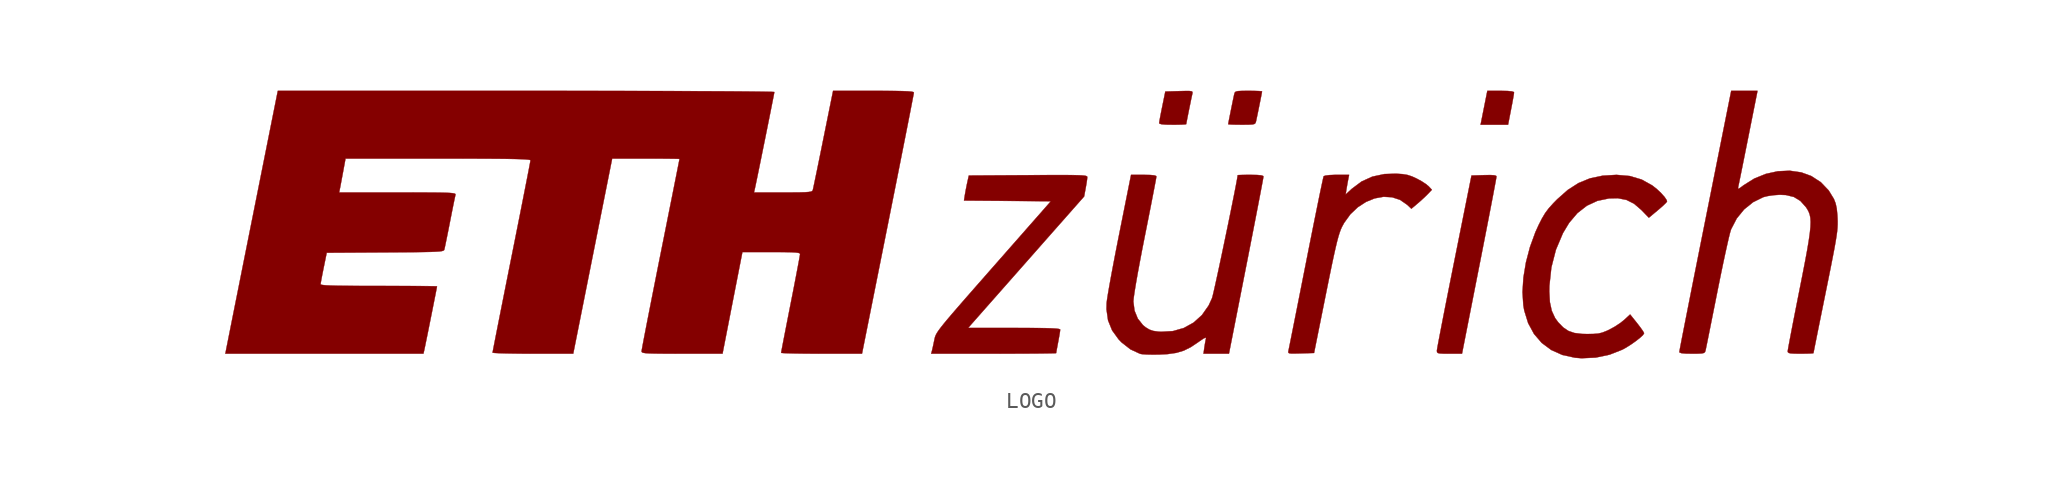
<source format=kicad_sym>
(kicad_symbol_lib
  (version 20220914)
  (generator "bitmap2component")
  (generator_version "9.0")
  (symbol "LOGO"
    (pin_names
      (offset 1.016))
    (property "Reference" "#G"
      (at 0 7.832 0)
      (effects (font (size 1.27 1.27)) hide))
    (symbol "LOGO_0_0"
      (polyline (pts (xy 35.246 -8.203) (xy 36.112 -8.021) (xy 36.912 -7.706) (xy 37.154 -7.572) (xy 37.465 -7.375) (xy 37.766 -7.162) (xy 38.023 -6.958) (xy 38.202 -6.79) (xy 38.269 -6.684) (xy 38.264 -6.665) (xy 38.187 -6.531) (xy 38.034 -6.314) (xy 37.832 -6.052) (xy 37.395 -5.507) (xy 37.022 -5.851) (xy 36.783 -6.042) (xy 36.434 -6.272) (xy 36.083 -6.463) (xy 35.9 -6.547) (xy 35.646 -6.645) (xy 35.404 -6.701) (xy 35.113 -6.725) (xy 34.713 -6.731) (xy 34.377 -6.723) (xy 33.91 -6.665) (xy 33.538 -6.537) (xy 33.216 -6.32) (xy 32.9 -5.997) (xy 32.706 -5.731) (xy 32.498 -5.281) (xy 32.38 -4.737) (xy 32.343 -4.07) (xy 32.349 -3.725) (xy 32.474 -2.565) (xy 32.757 -1.464) (xy 33.198 -0.423) (xy 33.583 0.216) (xy 34.101 0.827) (xy 34.691 1.287) (xy 35.35 1.593) (xy 36.075 1.744) (xy 36.627 1.757) (xy 37.164 1.653) (xy 37.641 1.413) (xy 38.095 1.024) (xy 38.566 0.538) (xy 39.132 1.01) (xy 39.239 1.101) (xy 39.475 1.309) (xy 39.639 1.469) (xy 39.703 1.551) (xy 39.677 1.642) (xy 39.547 1.836) (xy 39.335 2.074) (xy 39.072 2.322) (xy 38.789 2.547) (xy 38.779 2.555) (xy 38.115 2.924) (xy 37.371 3.144) (xy 36.546 3.216) (xy 35.682 3.165) (xy 34.89 2.999) (xy 34.172 2.706) (xy 33.498 2.274) (xy 32.837 1.689) (xy 32.587 1.434) (xy 32.306 1.121) (xy 32.086 0.826) (xy 31.889 0.496) (xy 31.675 0.075) (xy 31.475 -0.366) (xy 31.137 -1.293) (xy 30.885 -2.252) (xy 30.727 -3.203) (xy 30.67 -4.109) (xy 30.721 -4.929) (xy 30.78 -5.266) (xy 31.022 -6.048) (xy 31.389 -6.725) (xy 31.873 -7.287) (xy 32.467 -7.728) (xy 33.163 -8.039) (xy 33.951 -8.211) (xy 34.361 -8.244) (xy 35.246 -8.203)) (stroke (width 0.01) (type default)) (fill (type outline)))
      (polyline (pts (xy 7.959 -8.013) (xy 8.496 -7.985) (xy 9.036 -7.907) (xy 9.504 -7.766) (xy 9.948 -7.545) (xy 10.419 -7.228) (xy 10.495 -7.173) (xy 10.74 -7.009) (xy 10.87 -6.952) (xy 10.892 -7.001) (xy 10.877 -7.06) (xy 10.834 -7.282) (xy 10.79 -7.556) (xy 10.733 -7.959) (xy 11.529 -7.959) (xy 12.324 -7.959) (xy 13.403 -2.476) (xy 13.482 -2.077) (xy 13.663 -1.154) (xy 13.833 -0.285) (xy 13.989 0.516) (xy 14.128 1.235) (xy 14.248 1.858) (xy 14.346 2.372) (xy 14.419 2.761) (xy 14.465 3.012) (xy 14.481 3.112) (xy 14.46 3.147) (xy 14.335 3.188) (xy 14.079 3.21) (xy 13.674 3.217) (xy 13.466 3.217) (xy 13.159 3.212) (xy 12.947 3.205) (xy 12.869 3.196) (xy 12.86 3.126) (xy 12.821 2.893) (xy 12.753 2.529) (xy 12.661 2.056) (xy 12.548 1.494) (xy 12.421 0.865) (xy 12.283 0.189) (xy 12.137 -0.512) (xy 11.99 -1.216) (xy 11.845 -1.904) (xy 11.707 -2.553) (xy 11.579 -3.143) (xy 11.467 -3.653) (xy 11.375 -4.061) (xy 11.307 -4.346) (xy 11.268 -4.487) (xy 11.055 -4.95) (xy 10.639 -5.542) (xy 10.118 -6.013) (xy 9.508 -6.352) (xy 8.826 -6.548) (xy 8.089 -6.59) (xy 7.901 -6.579) (xy 7.593 -6.536) (xy 7.357 -6.456) (xy 7.127 -6.318) (xy 6.952 -6.177) (xy 6.627 -5.769) (xy 6.422 -5.268) (xy 6.351 -4.704) (xy 6.351 -4.69) (xy 6.371 -4.468) (xy 6.424 -4.097) (xy 6.506 -3.595) (xy 6.614 -2.977) (xy 6.747 -2.26) (xy 6.899 -1.46) (xy 7.07 -0.593) (xy 7.166 -0.113) (xy 7.311 0.618) (xy 7.443 1.288) (xy 7.558 1.879) (xy 7.654 2.375) (xy 7.727 2.757) (xy 7.773 3.009) (xy 7.789 3.112) (xy 7.771 3.146) (xy 7.65 3.187) (xy 7.399 3.21) (xy 6.997 3.217) (xy 6.206 3.217) (xy 5.466 -0.484) (xy 5.368 -0.977) (xy 5.216 -1.753) (xy 5.076 -2.487) (xy 4.951 -3.157) (xy 4.845 -3.743) (xy 4.762 -4.224) (xy 4.706 -4.58) (xy 4.68 -4.791) (xy 4.67 -5.183) (xy 4.769 -5.878) (xy 5.023 -6.504) (xy 5.432 -7.068) (xy 5.619 -7.26) (xy 6.17 -7.69) (xy 6.773 -7.968) (xy 6.906 -7.991) (xy 7.183 -8.009) (xy 7.549 -8.017) (xy 7.959 -8.013)) (stroke (width 0.01) (type default)) (fill (type outline)))
      (polyline (pts (xy -37.973 -7.768) (xy -37.96 -7.708) (xy -37.916 -7.497) (xy -37.85 -7.172) (xy -37.766 -6.762) (xy -37.672 -6.294) (xy -37.572 -5.796) (xy -37.472 -5.296) (xy -37.378 -4.823) (xy -37.295 -4.404) (xy -37.228 -4.067) (xy -37.185 -3.841) (xy -37.169 -3.752) (xy -37.2 -3.748) (xy -37.378 -3.743) (xy -37.698 -3.738) (xy -38.141 -3.734) (xy -38.691 -3.73) (xy -39.331 -3.728) (xy -40.043 -3.726) (xy -40.809 -3.725) (xy -41.359 -3.725) (xy -42.184 -3.723) (xy -42.859 -3.718) (xy -43.396 -3.711) (xy -43.808 -3.7) (xy -44.106 -3.686) (xy -44.304 -3.668) (xy -44.413 -3.646) (xy -44.446 -3.619) (xy -44.433 -3.526) (xy -44.392 -3.293) (xy -44.329 -2.966) (xy -44.252 -2.582) (xy -44.062 -1.651) (xy -40.409 -1.629) (xy -39.938 -1.626) (xy -39.134 -1.62) (xy -38.477 -1.614) (xy -37.952 -1.606) (xy -37.543 -1.597) (xy -37.237 -1.584) (xy -37.018 -1.569) (xy -36.871 -1.549) (xy -36.781 -1.525) (xy -36.734 -1.495) (xy -36.714 -1.46) (xy -36.685 -1.334) (xy -36.63 -1.071) (xy -36.554 -0.7) (xy -36.463 -0.248) (xy -36.364 0.254) (xy -36.266 0.752) (xy -36.176 1.204) (xy -36.1 1.577) (xy -36.044 1.841) (xy -36.015 1.969) (xy -36.011 1.994) (xy -36.027 2.026) (xy -36.08 2.051) (xy -36.186 2.071) (xy -36.36 2.087) (xy -36.615 2.099) (xy -36.967 2.107) (xy -37.429 2.112) (xy -38.017 2.115) (xy -38.745 2.116) (xy -39.628 2.117) (xy -43.285 2.117) (xy -43.238 2.35) (xy -43.222 2.431) (xy -43.174 2.684) (xy -43.11 3.026) (xy -43.039 3.408) (xy -42.887 4.233) (xy -37.107 4.233) (xy -37.029 4.233) (xy -35.87 4.233) (xy -34.87 4.231) (xy -34.018 4.228) (xy -33.304 4.223) (xy -32.719 4.216) (xy -32.251 4.207) (xy -31.891 4.196) (xy -31.629 4.182) (xy -31.454 4.166) (xy -31.357 4.148) (xy -31.327 4.126) (xy -31.337 4.06) (xy -31.378 3.839) (xy -31.447 3.476) (xy -31.543 2.984) (xy -31.662 2.378) (xy -31.801 1.67) (xy -31.958 0.875) (xy -32.131 0.005) (xy -32.316 -0.926) (xy -32.512 -1.905) (xy -32.67 -2.693) (xy -32.857 -3.632) (xy -33.032 -4.512) (xy -33.193 -5.32) (xy -33.336 -6.041) (xy -33.459 -6.664) (xy -33.559 -7.173) (xy -33.634 -7.557) (xy -33.681 -7.802) (xy -33.697 -7.893) (xy -33.688 -7.899) (xy -33.554 -7.915) (xy -33.278 -7.929) (xy -32.882 -7.941) (xy -32.386 -7.95) (xy -31.81 -7.957) (xy -31.177 -7.959) (xy -28.656 -7.959) (xy -27.44 -1.863) (xy -26.223 4.233) (xy -24.118 4.233) (xy -23.656 4.233) (xy -23.126 4.231) (xy -22.673 4.227) (xy -22.322 4.222) (xy -22.094 4.217) (xy -22.013 4.21) (xy -22.024 4.154) (xy -22.065 3.945) (xy -22.135 3.593) (xy -22.23 3.113) (xy -22.349 2.517) (xy -22.488 1.818) (xy -22.646 1.03) (xy -22.818 0.167) (xy -23.003 -0.76) (xy -23.199 -1.736) (xy -23.354 -2.511) (xy -23.541 -3.455) (xy -23.717 -4.342) (xy -23.878 -5.159) (xy -24.022 -5.891) (xy -24.145 -6.525) (xy -24.246 -7.047) (xy -24.321 -7.444) (xy -24.368 -7.703) (xy -24.384 -7.809) (xy -24.378 -7.845) (xy -24.345 -7.88) (xy -24.266 -7.907) (xy -24.125 -7.927) (xy -23.903 -7.941) (xy -23.583 -7.95) (xy -23.146 -7.956) (xy -22.576 -7.958) (xy -21.854 -7.959) (xy -19.325 -7.959) (xy -18.705 -4.784) (xy -18.084 -1.609) (xy -16.281 -1.609) (xy -15.939 -1.609) (xy -15.411 -1.613) (xy -15.023 -1.621) (xy -14.756 -1.636) (xy -14.588 -1.658) (xy -14.502 -1.688) (xy -14.478 -1.729) (xy -14.493 -1.829) (xy -14.537 -2.078) (xy -14.607 -2.454) (xy -14.699 -2.939) (xy -14.809 -3.513) (xy -14.934 -4.157) (xy -15.071 -4.85) (xy -15.203 -5.521) (xy -15.328 -6.16) (xy -15.439 -6.727) (xy -15.532 -7.205) (xy -15.602 -7.572) (xy -15.648 -7.812) (xy -15.663 -7.905) (xy -15.653 -7.91) (xy -15.518 -7.923) (xy -15.241 -7.934) (xy -14.844 -7.944) (xy -14.347 -7.952) (xy -13.771 -7.957) (xy -13.136 -7.959) (xy -10.609 -7.959) (xy -8.987 0.148) (xy -8.88 0.687) (xy -8.655 1.814) (xy -8.44 2.89) (xy -8.239 3.903) (xy -8.053 4.841) (xy -7.884 5.693) (xy -7.735 6.448) (xy -7.608 7.094) (xy -7.506 7.62) (xy -7.43 8.014) (xy -7.382 8.265) (xy -7.366 8.361) (xy -7.366 8.363) (xy -7.406 8.394) (xy -7.529 8.419) (xy -7.749 8.438) (xy -8.081 8.451) (xy -8.539 8.46) (xy -9.137 8.465) (xy -9.891 8.467) (xy -12.416 8.467) (xy -13.028 5.44) (xy -13.166 4.757) (xy -13.299 4.106) (xy -13.418 3.524) (xy -13.521 3.029) (xy -13.602 2.641) (xy -13.658 2.38) (xy -13.684 2.265) (xy -13.689 2.25) (xy -13.723 2.204) (xy -13.799 2.171) (xy -13.938 2.147) (xy -14.16 2.131) (xy -14.487 2.122) (xy -14.942 2.118) (xy -15.544 2.117) (xy -17.36 2.117) (xy -17.316 2.307) (xy -17.313 2.318) (xy -17.273 2.502) (xy -17.208 2.816) (xy -17.121 3.236) (xy -17.018 3.74) (xy -16.903 4.304) (xy -16.781 4.908) (xy -16.655 5.527) (xy -16.532 6.139) (xy -16.415 6.721) (xy -16.309 7.251) (xy -16.219 7.706) (xy -16.148 8.063) (xy -16.103 8.3) (xy -16.087 8.393) (xy -16.107 8.397) (xy -16.27 8.405) (xy -16.592 8.412) (xy -17.063 8.419) (xy -17.677 8.426) (xy -18.425 8.433) (xy -19.3 8.439) (xy -20.294 8.444) (xy -21.399 8.449) (xy -22.608 8.454) (xy -23.913 8.457) (xy -25.306 8.461) (xy -26.779 8.463) (xy -28.324 8.465) (xy -29.935 8.466) (xy -31.602 8.467) (xy -47.118 8.467) (xy -48.713 0.487) (xy -48.795 0.079) (xy -49.02 -1.049) (xy -49.236 -2.128) (xy -49.439 -3.147) (xy -49.628 -4.094) (xy -49.801 -4.958) (xy -49.954 -5.726) (xy -50.086 -6.388) (xy -50.194 -6.93) (xy -50.276 -7.342) (xy -50.33 -7.611) (xy -50.352 -7.726) (xy -50.397 -7.959) (xy -44.208 -7.959) (xy -38.019 -7.959) (xy -37.973 -7.768)) (stroke (width 0.01) (type default)) (fill (type outline)))
      (polyline (pts (xy -1.671 -7.958) (xy -0.923 -7.956) (xy -0.245 -7.953) (xy 0.347 -7.949) (xy 0.837 -7.943) (xy 1.208 -7.937) (xy 1.442 -7.931) (xy 1.524 -7.924) (xy 1.525 -7.913) (xy 1.547 -7.783) (xy 1.592 -7.539) (xy 1.651 -7.225) (xy 1.665 -7.149) (xy 1.723 -6.832) (xy 1.763 -6.585) (xy 1.778 -6.456) (xy 1.767 -6.438) (xy 1.688 -6.412) (xy 1.522 -6.391) (xy 1.254 -6.375) (xy 0.872 -6.363) (xy 0.361 -6.356) (xy -0.292 -6.351) (xy -1.101 -6.35) (xy -3.979 -6.35) (xy -0.353 -2.242) (xy 3.273 1.866) (xy 3.372 2.403) (xy 3.418 2.668) (xy 3.457 2.927) (xy 3.471 3.08) (xy 3.469 3.095) (xy 3.446 3.126) (xy 3.385 3.151) (xy 3.271 3.171) (xy 3.089 3.186) (xy 2.825 3.196) (xy 2.465 3.202) (xy 1.994 3.205) (xy 1.398 3.205) (xy 0.661 3.202) (xy -0.231 3.197) (xy -3.933 3.175) (xy -4.027 2.752) (xy -4.052 2.634) (xy -4.123 2.281) (xy -4.178 1.97) (xy -4.235 1.611) (xy -1.521 1.589) (xy 1.194 1.566) (xy -2.397 -2.516) (xy -2.944 -3.138) (xy -3.588 -3.871) (xy -4.135 -4.495) (xy -4.592 -5.02) (xy -4.969 -5.456) (xy -5.273 -5.814) (xy -5.513 -6.104) (xy -5.696 -6.336) (xy -5.832 -6.52) (xy -5.929 -6.667) (xy -5.994 -6.787) (xy -6.037 -6.891) (xy -6.064 -6.987) (xy -6.086 -7.088) (xy -6.129 -7.3) (xy -6.19 -7.58) (xy -6.234 -7.768) (xy -6.285 -7.959) (xy -2.381 -7.959) (xy -1.671 -7.958)) (stroke (width 0.01) (type default)) (fill (type outline)))
      (polyline (pts (xy 16.82 -7.941) (xy 17.643 -7.916) (xy 18.379 -4.252) (xy 18.416 -4.068) (xy 18.595 -3.182) (xy 18.747 -2.444) (xy 18.877 -1.836) (xy 18.987 -1.343) (xy 19.081 -0.95) (xy 19.165 -0.638) (xy 19.241 -0.393) (xy 19.313 -0.198) (xy 19.385 -0.037) (xy 19.523 0.217) (xy 19.913 0.755) (xy 20.376 1.194) (xy 20.89 1.527) (xy 21.432 1.747) (xy 21.982 1.847) (xy 22.517 1.818) (xy 23.017 1.655) (xy 23.459 1.349) (xy 23.725 1.1) (xy 24.118 1.431) (xy 24.283 1.574) (xy 24.55 1.818) (xy 24.759 2.024) (xy 25.007 2.285) (xy 24.804 2.501) (xy 24.631 2.643) (xy 24.359 2.82) (xy 24.05 2.988) (xy 23.768 3.117) (xy 23.484 3.211) (xy 23.173 3.263) (xy 22.764 3.289) (xy 22.037 3.266) (xy 21.286 3.106) (xy 20.611 2.8) (xy 20.002 2.344) (xy 19.616 1.99) (xy 19.669 2.328) (xy 19.674 2.36) (xy 19.727 2.667) (xy 19.778 2.942) (xy 19.833 3.217) (xy 19.066 3.217) (xy 18.93 3.216) (xy 18.591 3.201) (xy 18.35 3.17) (xy 18.243 3.129) (xy 18.239 3.119) (xy 18.206 2.98) (xy 18.143 2.693) (xy 18.054 2.272) (xy 17.942 1.731) (xy 17.811 1.085) (xy 17.661 0.348) (xy 17.498 -0.466) (xy 17.323 -1.343) (xy 17.14 -2.269) (xy 17.093 -2.505) (xy 16.911 -3.424) (xy 16.739 -4.294) (xy 16.579 -5.099) (xy 16.434 -5.826) (xy 16.308 -6.46) (xy 16.203 -6.986) (xy 16.122 -7.389) (xy 16.068 -7.656) (xy 16.044 -7.771) (xy 16.035 -7.809) (xy 16.031 -7.885) (xy 16.078 -7.929) (xy 16.205 -7.949) (xy 16.443 -7.95) (xy 16.82 -7.941)) (stroke (width 0.01) (type default)) (fill (type outline)))
      (polyline (pts (xy 27.968 -2.476) (xy 28.047 -2.077) (xy 28.228 -1.155) (xy 28.398 -0.285) (xy 28.554 0.516) (xy 28.693 1.236) (xy 28.813 1.859) (xy 28.91 2.373) (xy 28.983 2.763) (xy 29.029 3.015) (xy 29.044 3.115) (xy 29.017 3.158) (xy 28.894 3.192) (xy 28.65 3.205) (xy 28.261 3.199) (xy 27.482 3.175) (xy 26.403 -2.201) (xy 26.343 -2.5) (xy 26.159 -3.421) (xy 25.986 -4.292) (xy 25.826 -5.099) (xy 25.684 -5.826) (xy 25.561 -6.46) (xy 25.46 -6.985) (xy 25.384 -7.388) (xy 25.336 -7.654) (xy 25.319 -7.768) (xy 25.319 -7.779) (xy 25.328 -7.864) (xy 25.379 -7.917) (xy 25.504 -7.945) (xy 25.734 -7.957) (xy 26.102 -7.959) (xy 26.889 -7.959) (xy 27.968 -2.476)) (stroke (width 0.01) (type default)) (fill (type outline)))
      (polyline (pts (xy 41.644 -7.956) (xy 41.878 -7.943) (xy 42.01 -7.913) (xy 42.075 -7.857) (xy 42.106 -7.768) (xy 42.115 -7.732) (xy 42.154 -7.54) (xy 42.222 -7.209) (xy 42.313 -6.757) (xy 42.424 -6.203) (xy 42.551 -5.566) (xy 42.692 -4.863) (xy 42.841 -4.114) (xy 42.902 -3.809) (xy 43.054 -3.061) (xy 43.2 -2.357) (xy 43.337 -1.718) (xy 43.459 -1.165) (xy 43.561 -0.718) (xy 43.641 -0.397) (xy 43.693 -0.221) (xy 43.712 -0.173) (xy 44.057 0.491) (xy 44.521 1.059) (xy 45.083 1.511) (xy 45.72 1.824) (xy 45.99 1.892) (xy 46.359 1.946) (xy 46.736 1.972) (xy 47.136 1.956) (xy 47.631 1.835) (xy 48.037 1.587) (xy 48.382 1.201) (xy 48.465 1.076) (xy 48.554 0.912) (xy 48.62 0.734) (xy 48.661 0.526) (xy 48.676 0.273) (xy 48.665 -0.04) (xy 48.626 -0.428) (xy 48.558 -0.907) (xy 48.46 -1.491) (xy 48.33 -2.195) (xy 48.167 -3.034) (xy 47.971 -4.024) (xy 47.869 -4.538) (xy 47.724 -5.274) (xy 47.591 -5.95) (xy 47.475 -6.549) (xy 47.379 -7.052) (xy 47.306 -7.442) (xy 47.26 -7.702) (xy 47.244 -7.813) (xy 47.251 -7.859) (xy 47.303 -7.911) (xy 47.433 -7.941) (xy 47.671 -7.955) (xy 48.048 -7.959) (xy 48.256 -7.957) (xy 48.563 -7.951) (xy 48.774 -7.94) (xy 48.853 -7.926) (xy 48.865 -7.861) (xy 48.907 -7.646) (xy 48.977 -7.295) (xy 49.071 -6.825) (xy 49.186 -6.254) (xy 49.319 -5.598) (xy 49.466 -4.872) (xy 49.623 -4.095) (xy 49.779 -3.325) (xy 49.935 -2.549) (xy 50.061 -1.907) (xy 50.162 -1.381) (xy 50.238 -0.953) (xy 50.294 -0.608) (xy 50.332 -0.326) (xy 50.354 -0.091) (xy 50.364 0.115) (xy 50.365 0.309) (xy 50.358 0.508) (xy 50.348 0.697) (xy 50.307 1.116) (xy 50.237 1.437) (xy 50.13 1.712) (xy 49.803 2.245) (xy 49.311 2.759) (xy 48.711 3.146) (xy 48.092 3.371) (xy 47.375 3.474) (xy 46.626 3.441) (xy 45.877 3.277) (xy 45.157 2.986) (xy 44.495 2.572) (xy 44.29 2.418) (xy 44.173 2.348) (xy 44.136 2.368) (xy 44.152 2.47) (xy 44.172 2.562) (xy 44.223 2.81) (xy 44.3 3.186) (xy 44.398 3.67) (xy 44.513 4.242) (xy 44.641 4.881) (xy 44.778 5.567) (xy 45.357 8.467) (xy 44.535 8.467) (xy 43.713 8.467) (xy 42.092 0.36) (xy 41.984 -0.179) (xy 41.759 -1.306) (xy 41.545 -2.382) (xy 41.343 -3.394) (xy 41.157 -4.333) (xy 40.989 -5.185) (xy 40.84 -5.94) (xy 40.713 -6.586) (xy 40.61 -7.111) (xy 40.534 -7.505) (xy 40.487 -7.756) (xy 40.471 -7.853) (xy 40.489 -7.887) (xy 40.611 -7.929) (xy 40.864 -7.952) (xy 41.266 -7.959) (xy 41.276 -7.959) (xy 41.644 -7.956)) (stroke (width 0.01) (type default)) (fill (type outline)))
      (polyline (pts (xy 9.051 6.351) (xy 9.361 6.358) (xy 9.573 6.369) (xy 9.652 6.383) (xy 9.656 6.411) (xy 9.686 6.571) (xy 9.738 6.836) (xy 9.803 7.163) (xy 9.874 7.512) (xy 9.941 7.842) (xy 9.998 8.111) (xy 10.035 8.279) (xy 10.046 8.33) (xy 10.044 8.399) (xy 9.989 8.439) (xy 9.851 8.457) (xy 9.603 8.458) (xy 9.213 8.449) (xy 8.347 8.424) (xy 8.157 7.493) (xy 8.091 7.166) (xy 8.025 6.827) (xy 7.98 6.578) (xy 7.963 6.456) (xy 7.991 6.414) (xy 8.126 6.377) (xy 8.391 6.356) (xy 8.805 6.35) (xy 9.051 6.351)) (stroke (width 0.01) (type default)) (fill (type outline)))
      (polyline (pts (xy 13.569 6.354) (xy 13.793 6.367) (xy 13.92 6.398) (xy 13.982 6.454) (xy 14.011 6.541) (xy 14.027 6.608) (xy 14.074 6.832) (xy 14.137 7.136) (xy 14.207 7.48) (xy 14.276 7.823) (xy 14.336 8.124) (xy 14.377 8.341) (xy 14.393 8.434) (xy 14.357 8.443) (xy 14.185 8.455) (xy 13.903 8.464) (xy 13.548 8.467) (xy 13.454 8.467) (xy 13.1 8.463) (xy 12.877 8.45) (xy 12.75 8.418) (xy 12.688 8.363) (xy 12.659 8.276) (xy 12.643 8.208) (xy 12.596 7.985) (xy 12.533 7.681) (xy 12.463 7.337) (xy 12.394 6.994) (xy 12.334 6.693) (xy 12.292 6.476) (xy 12.277 6.383) (xy 12.313 6.373) (xy 12.485 6.361) (xy 12.767 6.353) (xy 13.122 6.35) (xy 13.216 6.35) (xy 13.569 6.354)) (stroke (width 0.01) (type default)) (fill (type outline)))
      (polyline (pts (xy 29.954 7.308) (xy 30.022 7.661) (xy 30.084 8) (xy 30.126 8.248) (xy 30.141 8.367) (xy 30.128 8.393) (xy 30.002 8.435) (xy 29.732 8.459) (xy 29.307 8.467) (xy 28.472 8.467) (xy 28.261 7.408) (xy 28.05 6.35) (xy 28.909 6.35) (xy 29.768 6.35) (xy 29.954 7.308)) (stroke (width 0.01) (type default)) (fill (type outline))))))
</source>
